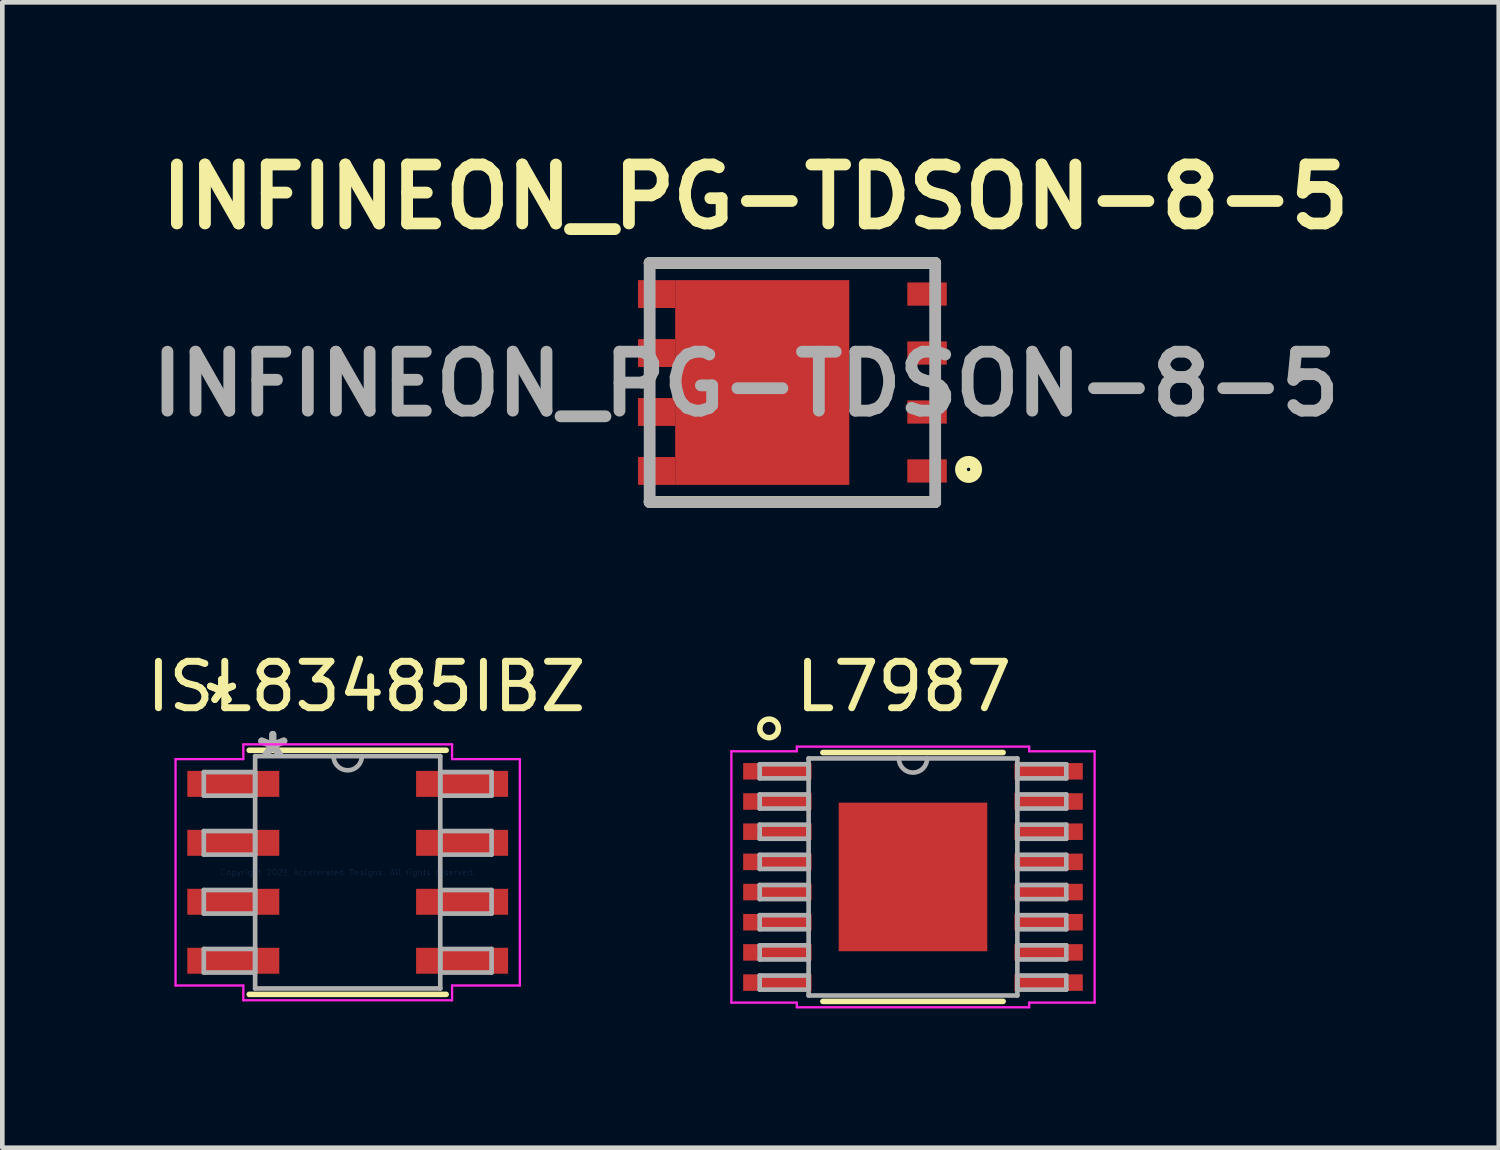
<source format=kicad_pcb>
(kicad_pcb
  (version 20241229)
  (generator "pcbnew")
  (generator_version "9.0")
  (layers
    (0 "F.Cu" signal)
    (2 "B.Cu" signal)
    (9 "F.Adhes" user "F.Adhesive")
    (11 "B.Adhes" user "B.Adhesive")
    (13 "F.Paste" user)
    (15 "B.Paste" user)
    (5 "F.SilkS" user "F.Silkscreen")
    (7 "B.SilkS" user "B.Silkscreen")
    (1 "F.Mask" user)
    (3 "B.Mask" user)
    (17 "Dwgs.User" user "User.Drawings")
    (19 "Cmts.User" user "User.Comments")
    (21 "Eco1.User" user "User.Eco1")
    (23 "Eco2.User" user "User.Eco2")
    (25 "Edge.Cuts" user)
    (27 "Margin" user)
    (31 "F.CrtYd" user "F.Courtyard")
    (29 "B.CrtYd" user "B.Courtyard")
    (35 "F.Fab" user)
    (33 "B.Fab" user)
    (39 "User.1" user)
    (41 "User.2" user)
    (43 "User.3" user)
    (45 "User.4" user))
  (footprint "INFINEON_PG-TDSON-8-5"
    (layer "F.Cu")
    (at 14.018 5.189)
    (property "Reference" "INFINEON_PG-TDSON-8-5" (at -0.8 -4 0) (layer "F.SilkS") (effects (font (size 1.27 1.27) (thickness 0.254))))
    (attr smd)
    (fp_line (start -3.075 -2.575) (end 3.075 -2.575) (stroke (width 0.254) (type solid)) (layer "F.SilkS"))
    (fp_line (start 3.075 2.575) (end -3.075 2.575) (stroke (width 0.254) (type solid)) (layer "F.SilkS"))
    (fp_circle (center 3.794 1.872) (end 3.794 1.909) (stroke (width 0.254) (type solid)) (fill no) (layer "F.SilkS"))
    (fp_line (start -3.075 -2.575) (end 3.075 -2.575) (stroke (width 0.254) (type solid)) (layer "F.Fab"))
    (fp_line (start -3.075 2.575) (end -3.075 -2.575) (stroke (width 0.254) (type solid)) (layer "F.Fab"))
    (fp_line (start 3.075 -2.575) (end 3.075 2.575) (stroke (width 0.254) (type solid)) (layer "F.Fab"))
    (fp_line (start 3.075 2.575) (end -3.075 2.575) (stroke (width 0.254) (type solid)) (layer "F.Fab"))
    (fp_text user "${REFERENCE}" (at -1.003 0.032 0) (layer "F.Fab") (effects (font (size 1.27 1.27) (thickness 0.254))))
    (pad "1" smd rect (at 2.9 1.905 90) (size 0.5 0.85) (layers "F.Cu" "F.Mask" "F.Paste"))
    (pad "2" smd rect (at 2.9 0.635 90) (size 0.5 0.85) (layers "F.Cu" "F.Mask" "F.Paste"))
    (pad "3" smd rect (at 2.9 -0.635 90) (size 0.5 0.85) (layers "F.Cu" "F.Mask" "F.Paste"))
    (pad "4" smd rect (at 2.9 -1.905 90) (size 0.5 0.85) (layers "F.Cu" "F.Mask" "F.Paste"))
    (pad "5" smd rect (at -2.925 -1.905 90) (size 0.6 0.8) (layers "F.Cu" "F.Mask" "F.Paste"))
    (pad "5" smd rect (at -0.65 0) (size 3.75 4.41) (layers "F.Cu" "F.Mask" "F.Paste"))
    (pad "6" smd rect (at -2.925 -0.635 90) (size 0.6 0.8) (layers "F.Cu" "F.Mask" "F.Paste"))
    (pad "7" smd rect (at -2.925 0.635 90) (size 0.6 0.8) (layers "F.Cu" "F.Mask" "F.Paste"))
    (pad "8" smd rect (at -2.925 1.905 90) (size 0.6 0.8) (layers "F.Cu" "F.Mask" "F.Paste")))
  (footprint "L7987"
    (layer "F.Cu")
    (at 16.615 15.839)
    (property "Reference" "L7987" (at -0.2 -4.1 0) (layer "F.SilkS") (effects (font (size 1 1) (thickness 0.15))))
    (attr smd)
    (fp_line (start -1.941 2.68) (end 1.941 2.68) (stroke (width 0.12) (type solid)) (layer "F.SilkS"))
    (fp_line (start 1.941 -2.68) (end -1.941 -2.68) (stroke (width 0.12) (type solid)) (layer "F.SilkS"))
    (fp_circle (center -3.1 -3.2) (end -3.1 -3.4) (stroke (width 0.12) (type solid)) (fill no) (layer "F.SilkS"))
    (fp_poly (pts (xy -1.5 -1.5) (xy -1.5 -0.1) (xy -0.1 -0.1) (xy -0.1 -1.5)) (stroke (width 0.1) (type solid)) (fill yes) (layer "F.Paste"))
    (fp_poly (pts (xy -1.5 0.1) (xy -1.5 1.5) (xy -0.1 1.5) (xy -0.1 0.1)) (stroke (width 0.1) (type solid)) (fill yes) (layer "F.Paste"))
    (fp_poly (pts (xy 0.1 -1.5) (xy 0.1 -0.1) (xy 1.5 -0.1) (xy 1.5 -1.5)) (stroke (width 0.1) (type solid)) (fill yes) (layer "F.Paste"))
    (fp_poly (pts (xy 0.1 0.1) (xy 0.1 1.5) (xy 1.5 1.5) (xy 1.5 0.1)) (stroke (width 0.1) (type solid)) (fill yes) (layer "F.Paste"))
    (fp_line (start -3.912 -2.707) (end -2.502 -2.707) (stroke (width 0.05) (type solid)) (layer "F.CrtYd"))
    (fp_line (start -3.912 2.707) (end -3.912 -2.707) (stroke (width 0.05) (type solid)) (layer "F.CrtYd"))
    (fp_line (start -3.912 2.707) (end -2.502 2.707) (stroke (width 0.05) (type solid)) (layer "F.CrtYd"))
    (fp_line (start -2.502 -2.807) (end 2.502 -2.807) (stroke (width 0.05) (type solid)) (layer "F.CrtYd"))
    (fp_line (start -2.502 -2.707) (end -2.502 -2.807) (stroke (width 0.05) (type solid)) (layer "F.CrtYd"))
    (fp_line (start -2.502 2.807) (end -2.502 2.707) (stroke (width 0.05) (type solid)) (layer "F.CrtYd"))
    (fp_line (start 2.502 -2.807) (end 2.502 -2.707) (stroke (width 0.05) (type solid)) (layer "F.CrtYd"))
    (fp_line (start 2.502 -2.707) (end 3.912 -2.707) (stroke (width 0.05) (type solid)) (layer "F.CrtYd"))
    (fp_line (start 2.502 2.707) (end 2.502 2.807) (stroke (width 0.05) (type solid)) (layer "F.CrtYd"))
    (fp_line (start 2.502 2.807) (end -2.502 2.807) (stroke (width 0.05) (type solid)) (layer "F.CrtYd"))
    (fp_line (start 3.912 -2.707) (end 3.912 2.707) (stroke (width 0.05) (type solid)) (layer "F.CrtYd"))
    (fp_line (start 3.912 2.707) (end 2.502 2.707) (stroke (width 0.05) (type solid)) (layer "F.CrtYd"))
    (fp_line (start -3.302 -2.427) (end -3.302 -2.123) (stroke (width 0.1) (type solid)) (layer "F.Fab"))
    (fp_line (start -3.302 -2.123) (end -2.248 -2.123) (stroke (width 0.1) (type solid)) (layer "F.Fab"))
    (fp_line (start -3.302 -1.777) (end -3.302 -1.473) (stroke (width 0.1) (type solid)) (layer "F.Fab"))
    (fp_line (start -3.302 -1.473) (end -2.248 -1.473) (stroke (width 0.1) (type solid)) (layer "F.Fab"))
    (fp_line (start -3.302 -1.127) (end -3.302 -0.823) (stroke (width 0.1) (type solid)) (layer "F.Fab"))
    (fp_line (start -3.302 -0.823) (end -2.248 -0.823) (stroke (width 0.1) (type solid)) (layer "F.Fab"))
    (fp_line (start -3.302 -0.477) (end -3.302 -0.173) (stroke (width 0.1) (type solid)) (layer "F.Fab"))
    (fp_line (start -3.302 -0.173) (end -2.248 -0.173) (stroke (width 0.1) (type solid)) (layer "F.Fab"))
    (fp_line (start -3.302 0.173) (end -3.302 0.477) (stroke (width 0.1) (type solid)) (layer "F.Fab"))
    (fp_line (start -3.302 0.477) (end -2.248 0.477) (stroke (width 0.1) (type solid)) (layer "F.Fab"))
    (fp_line (start -3.302 0.823) (end -3.302 1.127) (stroke (width 0.1) (type solid)) (layer "F.Fab"))
    (fp_line (start -3.302 1.127) (end -2.248 1.127) (stroke (width 0.1) (type solid)) (layer "F.Fab"))
    (fp_line (start -3.302 1.473) (end -3.302 1.777) (stroke (width 0.1) (type solid)) (layer "F.Fab"))
    (fp_line (start -3.302 1.777) (end -2.248 1.777) (stroke (width 0.1) (type solid)) (layer "F.Fab"))
    (fp_line (start -3.302 2.123) (end -3.302 2.427) (stroke (width 0.1) (type solid)) (layer "F.Fab"))
    (fp_line (start -3.302 2.427) (end -2.248 2.427) (stroke (width 0.1) (type solid)) (layer "F.Fab"))
    (fp_line (start -2.248 -2.553) (end -2.248 2.553) (stroke (width 0.1) (type solid)) (layer "F.Fab"))
    (fp_line (start -2.248 -2.427) (end -3.302 -2.427) (stroke (width 0.1) (type solid)) (layer "F.Fab"))
    (fp_line (start -2.248 -2.123) (end -2.248 -2.427) (stroke (width 0.1) (type solid)) (layer "F.Fab"))
    (fp_line (start -2.248 -1.777) (end -3.302 -1.777) (stroke (width 0.1) (type solid)) (layer "F.Fab"))
    (fp_line (start -2.248 -1.473) (end -2.248 -1.777) (stroke (width 0.1) (type solid)) (layer "F.Fab"))
    (fp_line (start -2.248 -1.127) (end -3.302 -1.127) (stroke (width 0.1) (type solid)) (layer "F.Fab"))
    (fp_line (start -2.248 -0.823) (end -2.248 -1.127) (stroke (width 0.1) (type solid)) (layer "F.Fab"))
    (fp_line (start -2.248 -0.477) (end -3.302 -0.477) (stroke (width 0.1) (type solid)) (layer "F.Fab"))
    (fp_line (start -2.248 -0.173) (end -2.248 -0.477) (stroke (width 0.1) (type solid)) (layer "F.Fab"))
    (fp_line (start -2.248 0.173) (end -3.302 0.173) (stroke (width 0.1) (type solid)) (layer "F.Fab"))
    (fp_line (start -2.248 0.477) (end -2.248 0.173) (stroke (width 0.1) (type solid)) (layer "F.Fab"))
    (fp_line (start -2.248 0.823) (end -3.302 0.823) (stroke (width 0.1) (type solid)) (layer "F.Fab"))
    (fp_line (start -2.248 1.127) (end -2.248 0.823) (stroke (width 0.1) (type solid)) (layer "F.Fab"))
    (fp_line (start -2.248 1.473) (end -3.302 1.473) (stroke (width 0.1) (type solid)) (layer "F.Fab"))
    (fp_line (start -2.248 1.777) (end -2.248 1.473) (stroke (width 0.1) (type solid)) (layer "F.Fab"))
    (fp_line (start -2.248 2.123) (end -3.302 2.123) (stroke (width 0.1) (type solid)) (layer "F.Fab"))
    (fp_line (start -2.248 2.427) (end -2.248 2.123) (stroke (width 0.1) (type solid)) (layer "F.Fab"))
    (fp_line (start -2.248 2.553) (end 2.248 2.553) (stroke (width 0.1) (type solid)) (layer "F.Fab"))
    (fp_line (start 2.248 -2.553) (end -2.248 -2.553) (stroke (width 0.1) (type solid)) (layer "F.Fab"))
    (fp_line (start 2.248 -2.427) (end 2.248 -2.123) (stroke (width 0.1) (type solid)) (layer "F.Fab"))
    (fp_line (start 2.248 -2.123) (end 3.302 -2.123) (stroke (width 0.1) (type solid)) (layer "F.Fab"))
    (fp_line (start 2.248 -1.777) (end 2.248 -1.473) (stroke (width 0.1) (type solid)) (layer "F.Fab"))
    (fp_line (start 2.248 -1.473) (end 3.302 -1.473) (stroke (width 0.1) (type solid)) (layer "F.Fab"))
    (fp_line (start 2.248 -1.127) (end 2.248 -0.823) (stroke (width 0.1) (type solid)) (layer "F.Fab"))
    (fp_line (start 2.248 -0.823) (end 3.302 -0.823) (stroke (width 0.1) (type solid)) (layer "F.Fab"))
    (fp_line (start 2.248 -0.477) (end 2.248 -0.173) (stroke (width 0.1) (type solid)) (layer "F.Fab"))
    (fp_line (start 2.248 -0.173) (end 3.302 -0.173) (stroke (width 0.1) (type solid)) (layer "F.Fab"))
    (fp_line (start 2.248 0.173) (end 2.248 0.477) (stroke (width 0.1) (type solid)) (layer "F.Fab"))
    (fp_line (start 2.248 0.477) (end 3.302 0.477) (stroke (width 0.1) (type solid)) (layer "F.Fab"))
    (fp_line (start 2.248 0.823) (end 2.248 1.127) (stroke (width 0.1) (type solid)) (layer "F.Fab"))
    (fp_line (start 2.248 1.127) (end 3.302 1.127) (stroke (width 0.1) (type solid)) (layer "F.Fab"))
    (fp_line (start 2.248 1.473) (end 2.248 1.777) (stroke (width 0.1) (type solid)) (layer "F.Fab"))
    (fp_line (start 2.248 1.777) (end 3.302 1.777) (stroke (width 0.1) (type solid)) (layer "F.Fab"))
    (fp_line (start 2.248 2.123) (end 2.248 2.427) (stroke (width 0.1) (type solid)) (layer "F.Fab"))
    (fp_line (start 2.248 2.427) (end 3.302 2.427) (stroke (width 0.1) (type solid)) (layer "F.Fab"))
    (fp_line (start 2.248 2.553) (end 2.248 -2.553) (stroke (width 0.1) (type solid)) (layer "F.Fab"))
    (fp_line (start 3.302 -2.427) (end 2.248 -2.427) (stroke (width 0.1) (type solid)) (layer "F.Fab"))
    (fp_line (start 3.302 -2.123) (end 3.302 -2.427) (stroke (width 0.1) (type solid)) (layer "F.Fab"))
    (fp_line (start 3.302 -1.777) (end 2.248 -1.777) (stroke (width 0.1) (type solid)) (layer "F.Fab"))
    (fp_line (start 3.302 -1.473) (end 3.302 -1.777) (stroke (width 0.1) (type solid)) (layer "F.Fab"))
    (fp_line (start 3.302 -1.127) (end 2.248 -1.127) (stroke (width 0.1) (type solid)) (layer "F.Fab"))
    (fp_line (start 3.302 -0.823) (end 3.302 -1.127) (stroke (width 0.1) (type solid)) (layer "F.Fab"))
    (fp_line (start 3.302 -0.477) (end 2.248 -0.477) (stroke (width 0.1) (type solid)) (layer "F.Fab"))
    (fp_line (start 3.302 -0.173) (end 3.302 -0.477) (stroke (width 0.1) (type solid)) (layer "F.Fab"))
    (fp_line (start 3.302 0.173) (end 2.248 0.173) (stroke (width 0.1) (type solid)) (layer "F.Fab"))
    (fp_line (start 3.302 0.477) (end 3.302 0.173) (stroke (width 0.1) (type solid)) (layer "F.Fab"))
    (fp_line (start 3.302 0.823) (end 2.248 0.823) (stroke (width 0.1) (type solid)) (layer "F.Fab"))
    (fp_line (start 3.302 1.127) (end 3.302 0.823) (stroke (width 0.1) (type solid)) (layer "F.Fab"))
    (fp_line (start 3.302 1.473) (end 2.248 1.473) (stroke (width 0.1) (type solid)) (layer "F.Fab"))
    (fp_line (start 3.302 1.777) (end 3.302 1.473) (stroke (width 0.1) (type solid)) (layer "F.Fab"))
    (fp_line (start 3.302 2.123) (end 2.248 2.123) (stroke (width 0.1) (type solid)) (layer "F.Fab"))
    (fp_line (start 3.302 2.427) (end 3.302 2.123) (stroke (width 0.1) (type solid)) (layer "F.Fab"))
    (fp_arc (start 0.3048 -2.5527) (mid 0 -2.2479) (end -0.3048 -2.5527) (stroke (width 0.1) (type solid)) (layer "F.Fab"))
    (pad "1" smd rect (at -2.921 -2.275) (size 1.473 0.356) (layers "F.Cu" "F.Mask" "F.Paste"))
    (pad "2" smd rect (at -2.921 -1.625) (size 1.473 0.356) (layers "F.Cu" "F.Mask" "F.Paste"))
    (pad "3" smd rect (at -2.921 -0.975) (size 1.473 0.356) (layers "F.Cu" "F.Mask" "F.Paste"))
    (pad "4" smd rect (at -2.921 -0.325) (size 1.473 0.356) (layers "F.Cu" "F.Mask" "F.Paste"))
    (pad "5" smd rect (at -2.921 0.325) (size 1.473 0.356) (layers "F.Cu" "F.Mask" "F.Paste"))
    (pad "6" smd rect (at -2.921 0.975) (size 1.473 0.356) (layers "F.Cu" "F.Mask" "F.Paste"))
    (pad "7" smd rect (at -2.921 1.625) (size 1.473 0.356) (layers "F.Cu" "F.Mask" "F.Paste"))
    (pad "8" smd rect (at -2.921 2.275) (size 1.473 0.356) (layers "F.Cu" "F.Mask" "F.Paste"))
    (pad "9" smd rect (at 2.921 2.275) (size 1.473 0.356) (layers "F.Cu" "F.Mask" "F.Paste"))
    (pad "10" smd rect (at 2.921 1.625) (size 1.473 0.356) (layers "F.Cu" "F.Mask" "F.Paste"))
    (pad "11" smd rect (at 2.921 0.975) (size 1.473 0.356) (layers "F.Cu" "F.Mask" "F.Paste"))
    (pad "12" smd rect (at 2.921 0.325) (size 1.473 0.356) (layers "F.Cu" "F.Mask" "F.Paste"))
    (pad "13" smd rect (at 2.921 -0.325) (size 1.473 0.356) (layers "F.Cu" "F.Mask" "F.Paste"))
    (pad "14" smd rect (at 2.921 -0.975) (size 1.473 0.356) (layers "F.Cu" "F.Mask" "F.Paste"))
    (pad "15" smd rect (at 2.921 -1.625) (size 1.473 0.356) (layers "F.Cu" "F.Mask" "F.Paste"))
    (pad "16" smd rect (at 2.921 -2.275) (size 1.473 0.356) (layers "F.Cu" "F.Mask" "F.Paste"))
    (pad "EPAD" smd rect (at 0 0) (size 3.2 3.2) (layers "F.Cu" "F.Mask")))
  (footprint "ISL83485IBZ"
    (layer "F.Cu")
    (at 4.439 15.739)
    (property "Reference" "ISL83485IBZ" (at 0.4 -4 0) (layer "F.SilkS") (effects (font (size 1 1) (thickness 0.15))))
    (attr smd)
    (fp_line (start -2.121 2.629) (end 2.121 2.629) (stroke (width 0.12) (type solid)) (layer "F.SilkS"))
    (fp_line (start 2.121 -2.629) (end -2.121 -2.629) (stroke (width 0.12) (type solid)) (layer "F.SilkS"))
    (fp_line (start -3.708 -2.438) (end -2.248 -2.438) (stroke (width 0.05) (type solid)) (layer "F.CrtYd"))
    (fp_line (start -3.708 2.438) (end -3.708 -2.438) (stroke (width 0.05) (type solid)) (layer "F.CrtYd"))
    (fp_line (start -3.708 2.438) (end -2.248 2.438) (stroke (width 0.05) (type solid)) (layer "F.CrtYd"))
    (fp_line (start -2.248 -2.756) (end 2.248 -2.756) (stroke (width 0.05) (type solid)) (layer "F.CrtYd"))
    (fp_line (start -2.248 -2.438) (end -2.248 -2.756) (stroke (width 0.05) (type solid)) (layer "F.CrtYd"))
    (fp_line (start -2.248 2.756) (end -2.248 2.438) (stroke (width 0.05) (type solid)) (layer "F.CrtYd"))
    (fp_line (start 2.248 -2.756) (end 2.248 -2.438) (stroke (width 0.05) (type solid)) (layer "F.CrtYd"))
    (fp_line (start 2.248 -2.438) (end 3.708 -2.438) (stroke (width 0.05) (type solid)) (layer "F.CrtYd"))
    (fp_line (start 2.248 2.438) (end 2.248 2.756) (stroke (width 0.05) (type solid)) (layer "F.CrtYd"))
    (fp_line (start 2.248 2.756) (end -2.248 2.756) (stroke (width 0.05) (type solid)) (layer "F.CrtYd"))
    (fp_line (start 3.708 -2.438) (end 3.708 2.438) (stroke (width 0.05) (type solid)) (layer "F.CrtYd"))
    (fp_line (start 3.708 2.438) (end 2.248 2.438) (stroke (width 0.05) (type solid)) (layer "F.CrtYd"))
    (fp_line (start -3.099 -2.159) (end -3.099 -1.651) (stroke (width 0.1) (type solid)) (layer "F.Fab"))
    (fp_line (start -3.099 -1.651) (end -1.994 -1.651) (stroke (width 0.1) (type solid)) (layer "F.Fab"))
    (fp_line (start -3.099 -0.889) (end -3.099 -0.381) (stroke (width 0.1) (type solid)) (layer "F.Fab"))
    (fp_line (start -3.099 -0.381) (end -1.994 -0.381) (stroke (width 0.1) (type solid)) (layer "F.Fab"))
    (fp_line (start -3.099 0.381) (end -3.099 0.889) (stroke (width 0.1) (type solid)) (layer "F.Fab"))
    (fp_line (start -3.099 0.889) (end -1.994 0.889) (stroke (width 0.1) (type solid)) (layer "F.Fab"))
    (fp_line (start -3.099 1.651) (end -3.099 2.159) (stroke (width 0.1) (type solid)) (layer "F.Fab"))
    (fp_line (start -3.099 2.159) (end -1.994 2.159) (stroke (width 0.1) (type solid)) (layer "F.Fab"))
    (fp_line (start -1.994 -2.502) (end -1.994 2.502) (stroke (width 0.1) (type solid)) (layer "F.Fab"))
    (fp_line (start -1.994 -2.159) (end -3.099 -2.159) (stroke (width 0.1) (type solid)) (layer "F.Fab"))
    (fp_line (start -1.994 -1.651) (end -1.994 -2.159) (stroke (width 0.1) (type solid)) (layer "F.Fab"))
    (fp_line (start -1.994 -0.889) (end -3.099 -0.889) (stroke (width 0.1) (type solid)) (layer "F.Fab"))
    (fp_line (start -1.994 -0.381) (end -1.994 -0.889) (stroke (width 0.1) (type solid)) (layer "F.Fab"))
    (fp_line (start -1.994 0.381) (end -3.099 0.381) (stroke (width 0.1) (type solid)) (layer "F.Fab"))
    (fp_line (start -1.994 0.889) (end -1.994 0.381) (stroke (width 0.1) (type solid)) (layer "F.Fab"))
    (fp_line (start -1.994 1.651) (end -3.099 1.651) (stroke (width 0.1) (type solid)) (layer "F.Fab"))
    (fp_line (start -1.994 2.159) (end -1.994 1.651) (stroke (width 0.1) (type solid)) (layer "F.Fab"))
    (fp_line (start -1.994 2.502) (end 1.994 2.502) (stroke (width 0.1) (type solid)) (layer "F.Fab"))
    (fp_line (start 1.994 -2.502) (end -1.994 -2.502) (stroke (width 0.1) (type solid)) (layer "F.Fab"))
    (fp_line (start 1.994 -2.159) (end 1.994 -1.651) (stroke (width 0.1) (type solid)) (layer "F.Fab"))
    (fp_line (start 1.994 -1.651) (end 3.099 -1.651) (stroke (width 0.1) (type solid)) (layer "F.Fab"))
    (fp_line (start 1.994 -0.889) (end 1.994 -0.381) (stroke (width 0.1) (type solid)) (layer "F.Fab"))
    (fp_line (start 1.994 -0.381) (end 3.099 -0.381) (stroke (width 0.1) (type solid)) (layer "F.Fab"))
    (fp_line (start 1.994 0.381) (end 1.994 0.889) (stroke (width 0.1) (type solid)) (layer "F.Fab"))
    (fp_line (start 1.994 0.889) (end 3.099 0.889) (stroke (width 0.1) (type solid)) (layer "F.Fab"))
    (fp_line (start 1.994 1.651) (end 1.994 2.159) (stroke (width 0.1) (type solid)) (layer "F.Fab"))
    (fp_line (start 1.994 2.159) (end 3.099 2.159) (stroke (width 0.1) (type solid)) (layer "F.Fab"))
    (fp_line (start 1.994 2.502) (end 1.994 -2.502) (stroke (width 0.1) (type solid)) (layer "F.Fab"))
    (fp_line (start 3.099 -2.159) (end 1.994 -2.159) (stroke (width 0.1) (type solid)) (layer "F.Fab"))
    (fp_line (start 3.099 -1.651) (end 3.099 -2.159) (stroke (width 0.1) (type solid)) (layer "F.Fab"))
    (fp_line (start 3.099 -0.889) (end 1.994 -0.889) (stroke (width 0.1) (type solid)) (layer "F.Fab"))
    (fp_line (start 3.099 -0.381) (end 3.099 -0.889) (stroke (width 0.1) (type solid)) (layer "F.Fab"))
    (fp_line (start 3.099 0.381) (end 1.994 0.381) (stroke (width 0.1) (type solid)) (layer "F.Fab"))
    (fp_line (start 3.099 0.889) (end 3.099 0.381) (stroke (width 0.1) (type solid)) (layer "F.Fab"))
    (fp_line (start 3.099 1.651) (end 1.994 1.651) (stroke (width 0.1) (type solid)) (layer "F.Fab"))
    (fp_line (start 3.099 2.159) (end 3.099 1.651) (stroke (width 0.1) (type solid)) (layer "F.Fab"))
    (fp_arc (start 0.3048 -2.5019) (mid 0 -2.1971) (end -0.3048 -2.5019) (stroke (width 0.1) (type solid)) (layer "F.Fab"))
    (fp_text user "*" (at -2.718 -3.607 0) (layer "F.SilkS") (effects (font (size 1 1) (thickness 0.15))))
    (fp_text user "*" (at -2.718 -3.607 0) (layer "F.SilkS") (effects (font (size 1 1) (thickness 0.15))))
    (fp_text user "Copyright 2021 Accelerated Designs. All rights reserved." (at 0 0 0) (layer "Cmts.User") (effects (font (size 0.127 0.127) (thickness 0.002))))
    (fp_text user "*" (at -1.613 -2.426 0) (layer "F.Fab") (effects (font (size 1 1) (thickness 0.15))))
    (fp_text user "*" (at -1.613 -2.426 0) (layer "F.Fab") (effects (font (size 1 1) (thickness 0.15))))
    (pad "1" smd rect (at -2.464 -1.905) (size 1.981 0.559) (layers "F.Cu" "F.Mask" "F.Paste"))
    (pad "2" smd rect (at -2.464 -0.635) (size 1.981 0.559) (layers "F.Cu" "F.Mask" "F.Paste"))
    (pad "3" smd rect (at -2.464 0.635) (size 1.981 0.559) (layers "F.Cu" "F.Mask" "F.Paste"))
    (pad "4" smd rect (at -2.464 1.905) (size 1.981 0.559) (layers "F.Cu" "F.Mask" "F.Paste"))
    (pad "5" smd rect (at 2.464 1.905) (size 1.981 0.559) (layers "F.Cu" "F.Mask" "F.Paste"))
    (pad "6" smd rect (at 2.464 0.635) (size 1.981 0.559) (layers "F.Cu" "F.Mask" "F.Paste"))
    (pad "7" smd rect (at 2.464 -0.635) (size 1.981 0.559) (layers "F.Cu" "F.Mask" "F.Paste"))
    (pad "8" smd rect (at 2.464 -1.905) (size 1.981 0.559) (layers "F.Cu" "F.Mask" "F.Paste")))
  (gr_rect
    (start -3 -3)
    (end 29.232 21.671)
    (stroke (width 0.1) (type default))
    (fill no)
    (layer "Edge.Cuts")))
</source>
